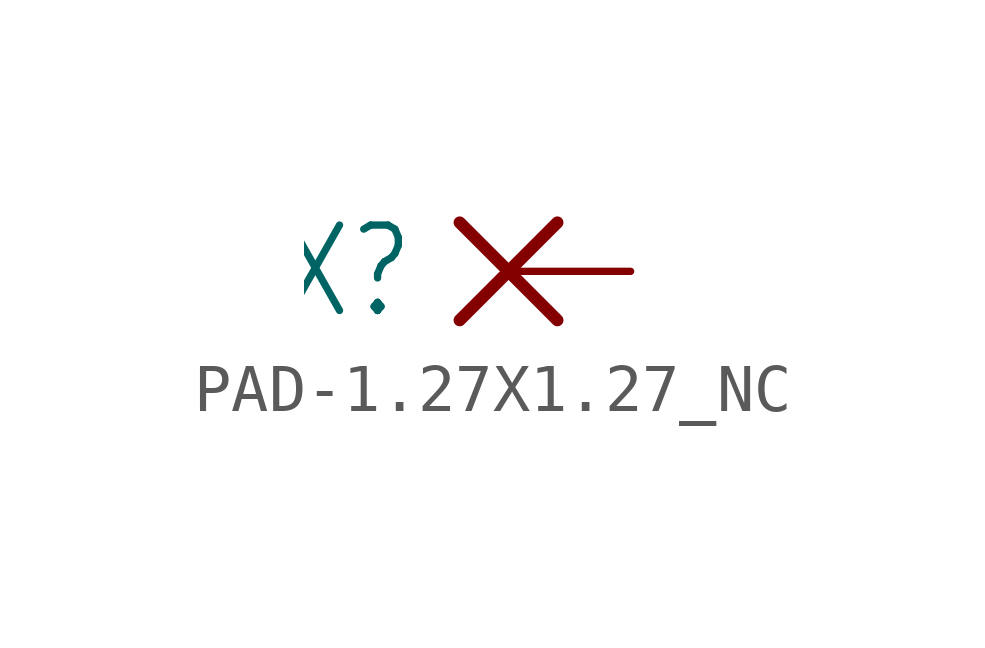
<source format=kicad_sym>
(kicad_symbol_lib
  (version 20211014)
  (generator kicad_symbol_editor)
  (symbol "PAD-1.27X1.27_NC"
    (property "Reference" "X"
      (at -1.905 0 0)
      (effects (font (size 1.778 1.511)) (justify right)))
    (property "ki_locked" ""
      (at 0 0 0)
      (effects (font (size 1.27 1.27))))
    (symbol "PAD-1.27X1.27_NC_1_0"
      (polyline (pts (xy -1.016 -1.016) (xy 1.016 1.016)) (stroke (width 0.254) (type default) (color 0 0 0 0)) (fill (type none)))
      (polyline (pts (xy -1.016 1.016) (xy 1.016 -1.016)) (stroke (width 0.254) (type default) (color 0 0 0 0)) (fill (type none)))
      (pin passive line (at 2.54 0 180) (length 2.54) (name "P" (effects (font (size 0 0)))) (number "1" (effects (font (size 0 0))))))))
</source>
